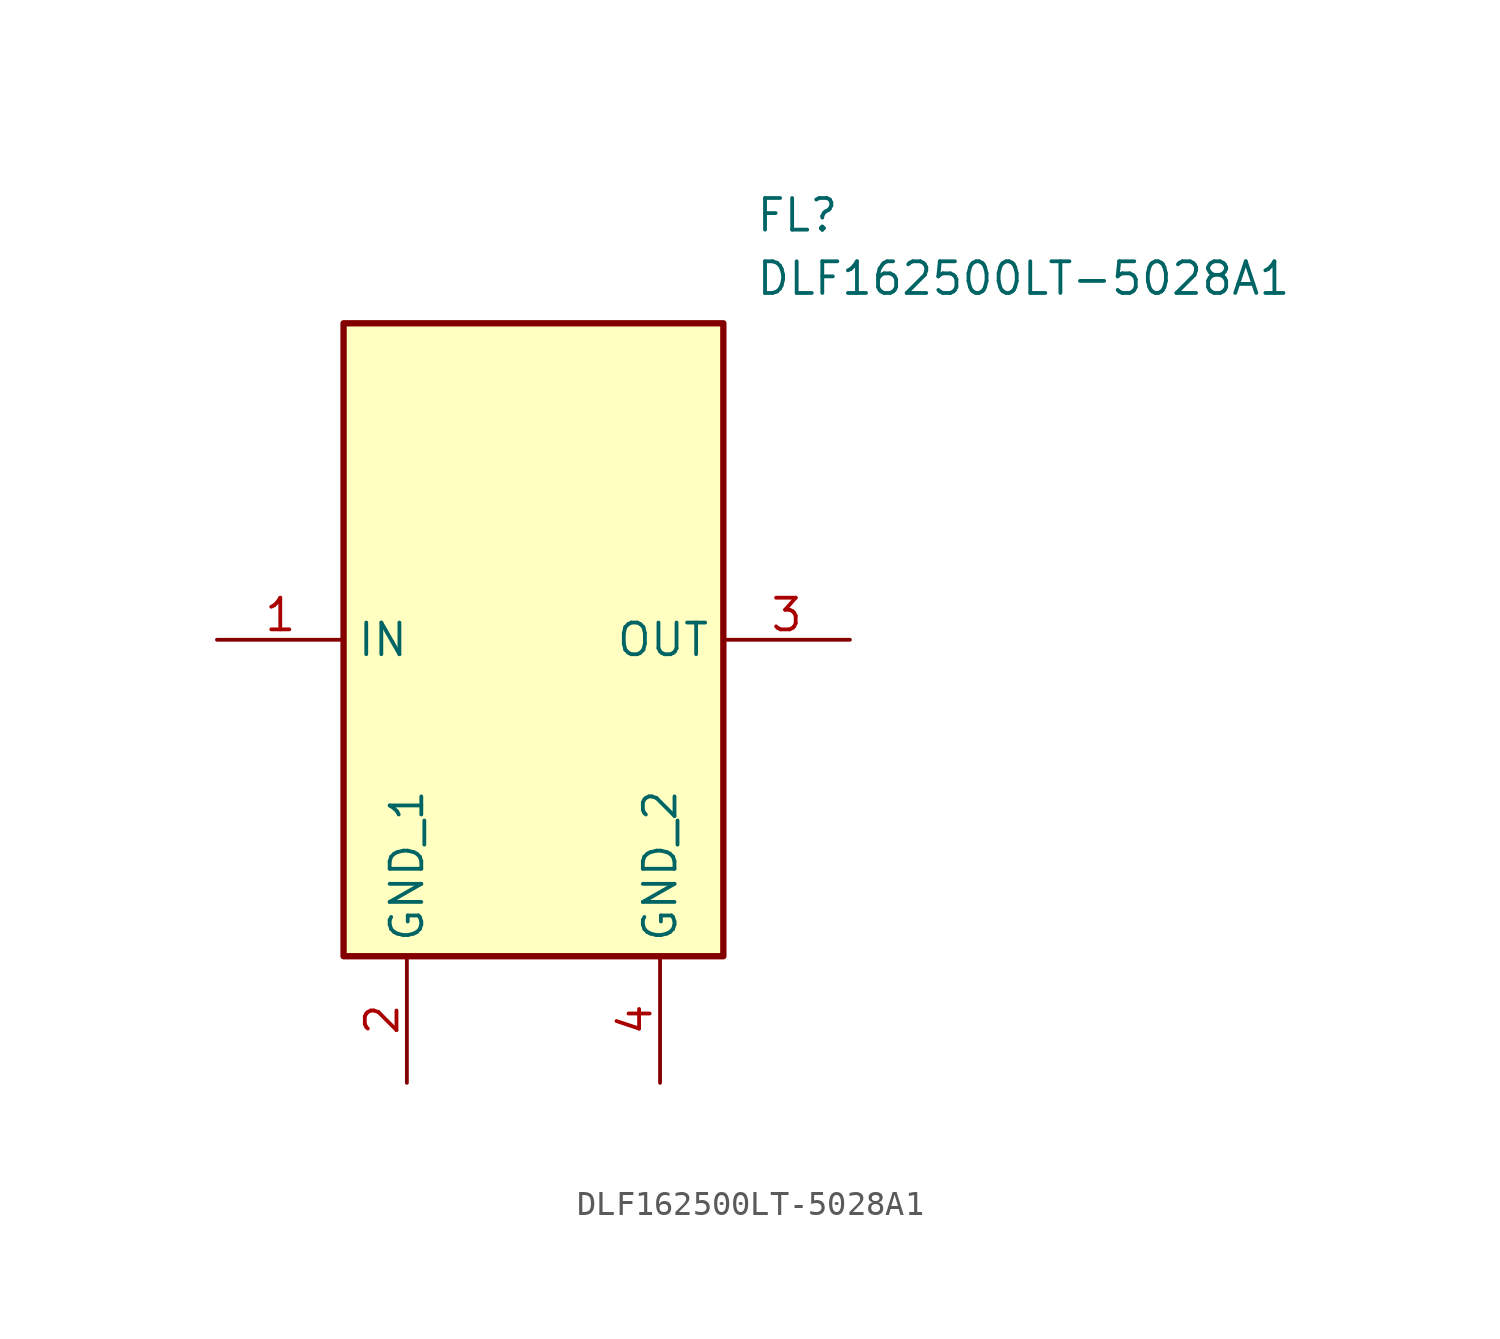
<source format=kicad_sym>
(kicad_symbol_lib
  (version 20231120)
  (generator "kicad_symbol_editor")
  (generator_version "8.0")
  (symbol "DLF162500LT-5028A1"
    (property "Reference" "FL"
      (at 21.59 17.78 0)
      (effects (font (size 1.27 1.27)) (justify left top)))
    (property "Value" "DLF162500LT-5028A1"
      (at 21.59 15.24 0)
      (effects (font (size 1.27 1.27)) (justify left top)))
    (symbol "DLF162500LT-5028A1_1_1"
      (rectangle (start 5.08 12.7) (end 20.32 -12.7) (stroke (width 0.254) (type default)) (fill (type background)))
      (pin passive line (at 0 0 0) (length 5.08) (name "IN" (effects (font (size 1.27 1.27)))) (number "1" (effects (font (size 1.27 1.27)))))
      (pin passive line (at 7.62 -17.78 90) (length 5.08) (name "GND_1" (effects (font (size 1.27 1.27)))) (number "2" (effects (font (size 1.27 1.27)))))
      (pin passive line (at 25.4 0 180) (length 5.08) (name "OUT" (effects (font (size 1.27 1.27)))) (number "3" (effects (font (size 1.27 1.27)))))
      (pin passive line (at 17.78 -17.78 90) (length 5.08) (name "GND_2" (effects (font (size 1.27 1.27)))) (number "4" (effects (font (size 1.27 1.27))))))))
</source>
